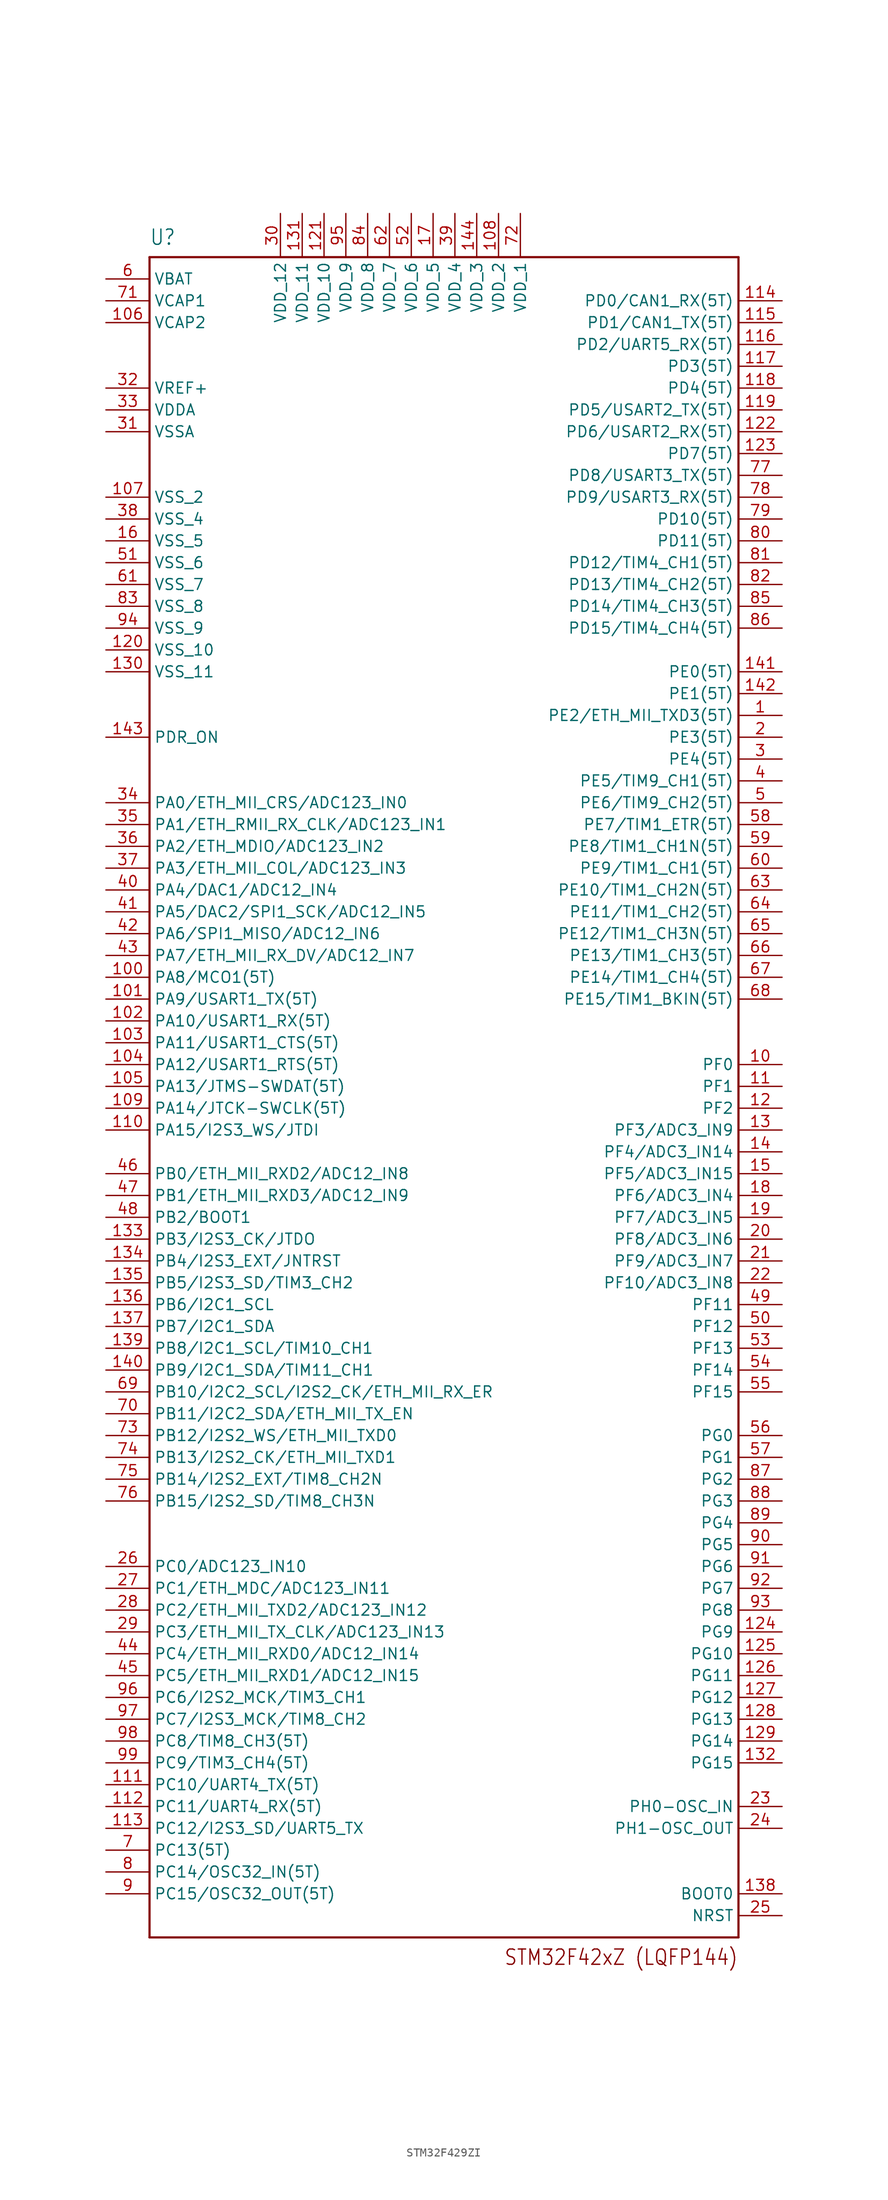
<source format=kicad_sym>
(kicad_symbol_lib
  (version 20231120)
  (generator "kicad_symbol_editor")
  (generator_version "8.0")
  (symbol "STM32F429ZI"
    (property "Reference" "U"
      (at -35.56 77.47 0)
      (effects (font (size 1.778 1.511)) (justify left bottom)))
    (property "ki_locked" ""
      (at 0 0 0)
      (effects (font (size 1.27 1.27))))
    (symbol "STM32F429ZI_1_0"
      (polyline (pts (xy -35.56 -119.38) (xy -35.56 76.2)) (stroke (width 0.254) (type solid)) (fill (type none)))
      (polyline (pts (xy -35.56 76.2) (xy 33.02 76.2)) (stroke (width 0.254) (type solid)) (fill (type none)))
      (polyline (pts (xy 33.02 -119.38) (xy -35.56 -119.38)) (stroke (width 0.254) (type solid)) (fill (type none)))
      (polyline (pts (xy 33.02 76.2) (xy 33.02 -119.38)) (stroke (width 0.254) (type solid)) (fill (type none)))
      (text "STM32F42xZ (LQFP144)" (at 33.02 -120.65 0) (effects (font (size 1.778 1.511)) (justify right top)))
      (pin bidirectional line (at 38.1 22.86 180) (length 5.08) (name "PE2/ETH_MII_TXD3(5T)" (effects (font (size 1.27 1.27)))) (number "1" (effects (font (size 1.27 1.27)))))
      (pin bidirectional line (at 38.1 -17.78 180) (length 5.08) (name "PF0" (effects (font (size 1.27 1.27)))) (number "10" (effects (font (size 1.27 1.27)))))
      (pin bidirectional line (at -40.64 -7.62 0) (length 5.08) (name "PA8/MCO1(5T)" (effects (font (size 1.27 1.27)))) (number "100" (effects (font (size 1.27 1.27)))))
      (pin bidirectional line (at -40.64 -10.16 0) (length 5.08) (name "PA9/USART1_TX(5T)" (effects (font (size 1.27 1.27)))) (number "101" (effects (font (size 1.27 1.27)))))
      (pin bidirectional line (at -40.64 -12.7 0) (length 5.08) (name "PA10/USART1_RX(5T)" (effects (font (size 1.27 1.27)))) (number "102" (effects (font (size 1.27 1.27)))))
      (pin bidirectional line (at -40.64 -15.24 0) (length 5.08) (name "PA11/USART1_CTS(5T)" (effects (font (size 1.27 1.27)))) (number "103" (effects (font (size 1.27 1.27)))))
      (pin bidirectional line (at -40.64 -17.78 0) (length 5.08) (name "PA12/USART1_RTS(5T)" (effects (font (size 1.27 1.27)))) (number "104" (effects (font (size 1.27 1.27)))))
      (pin bidirectional line (at -40.64 -20.32 0) (length 5.08) (name "PA13/JTMS-SWDAT(5T)" (effects (font (size 1.27 1.27)))) (number "105" (effects (font (size 1.27 1.27)))))
      (pin bidirectional line (at -40.64 68.58 0) (length 5.08) (name "VCAP2" (effects (font (size 1.27 1.27)))) (number "106" (effects (font (size 1.27 1.27)))))
      (pin bidirectional line (at -40.64 48.26 0) (length 5.08) (name "VSS_2" (effects (font (size 1.27 1.27)))) (number "107" (effects (font (size 1.27 1.27)))))
      (pin bidirectional line (at 5.08 81.28 270) (length 5.08) (name "VDD_2" (effects (font (size 1.27 1.27)))) (number "108" (effects (font (size 1.27 1.27)))))
      (pin bidirectional line (at -40.64 -22.86 0) (length 5.08) (name "PA14/JTCK-SWCLK(5T)" (effects (font (size 1.27 1.27)))) (number "109" (effects (font (size 1.27 1.27)))))
      (pin bidirectional line (at 38.1 -20.32 180) (length 5.08) (name "PF1" (effects (font (size 1.27 1.27)))) (number "11" (effects (font (size 1.27 1.27)))))
      (pin bidirectional line (at -40.64 -25.4 0) (length 5.08) (name "PA15/I2S3_WS/JTDI" (effects (font (size 1.27 1.27)))) (number "110" (effects (font (size 1.27 1.27)))))
      (pin bidirectional line (at -40.64 -101.6 0) (length 5.08) (name "PC10/UART4_TX(5T)" (effects (font (size 1.27 1.27)))) (number "111" (effects (font (size 1.27 1.27)))))
      (pin bidirectional line (at -40.64 -104.14 0) (length 5.08) (name "PC11/UART4_RX(5T)" (effects (font (size 1.27 1.27)))) (number "112" (effects (font (size 1.27 1.27)))))
      (pin bidirectional line (at -40.64 -106.68 0) (length 5.08) (name "PC12/I2S3_SD/UART5_TX" (effects (font (size 1.27 1.27)))) (number "113" (effects (font (size 1.27 1.27)))))
      (pin bidirectional line (at 38.1 71.12 180) (length 5.08) (name "PD0/CAN1_RX(5T)" (effects (font (size 1.27 1.27)))) (number "114" (effects (font (size 1.27 1.27)))))
      (pin bidirectional line (at 38.1 68.58 180) (length 5.08) (name "PD1/CAN1_TX(5T)" (effects (font (size 1.27 1.27)))) (number "115" (effects (font (size 1.27 1.27)))))
      (pin bidirectional line (at 38.1 66.04 180) (length 5.08) (name "PD2/UART5_RX(5T)" (effects (font (size 1.27 1.27)))) (number "116" (effects (font (size 1.27 1.27)))))
      (pin bidirectional line (at 38.1 63.5 180) (length 5.08) (name "PD3(5T)" (effects (font (size 1.27 1.27)))) (number "117" (effects (font (size 1.27 1.27)))))
      (pin bidirectional line (at 38.1 60.96 180) (length 5.08) (name "PD4(5T)" (effects (font (size 1.27 1.27)))) (number "118" (effects (font (size 1.27 1.27)))))
      (pin bidirectional line (at 38.1 58.42 180) (length 5.08) (name "PD5/USART2_TX(5T)" (effects (font (size 1.27 1.27)))) (number "119" (effects (font (size 1.27 1.27)))))
      (pin bidirectional line (at 38.1 -22.86 180) (length 5.08) (name "PF2" (effects (font (size 1.27 1.27)))) (number "12" (effects (font (size 1.27 1.27)))))
      (pin bidirectional line (at -40.64 30.48 0) (length 5.08) (name "VSS_10" (effects (font (size 1.27 1.27)))) (number "120" (effects (font (size 1.27 1.27)))))
      (pin bidirectional line (at -15.24 81.28 270) (length 5.08) (name "VDD_10" (effects (font (size 1.27 1.27)))) (number "121" (effects (font (size 1.27 1.27)))))
      (pin bidirectional line (at 38.1 55.88 180) (length 5.08) (name "PD6/USART2_RX(5T)" (effects (font (size 1.27 1.27)))) (number "122" (effects (font (size 1.27 1.27)))))
      (pin bidirectional line (at 38.1 53.34 180) (length 5.08) (name "PD7(5T)" (effects (font (size 1.27 1.27)))) (number "123" (effects (font (size 1.27 1.27)))))
      (pin bidirectional line (at 38.1 -83.82 180) (length 5.08) (name "PG9" (effects (font (size 1.27 1.27)))) (number "124" (effects (font (size 1.27 1.27)))))
      (pin bidirectional line (at 38.1 -86.36 180) (length 5.08) (name "PG10" (effects (font (size 1.27 1.27)))) (number "125" (effects (font (size 1.27 1.27)))))
      (pin bidirectional line (at 38.1 -88.9 180) (length 5.08) (name "PG11" (effects (font (size 1.27 1.27)))) (number "126" (effects (font (size 1.27 1.27)))))
      (pin bidirectional line (at 38.1 -91.44 180) (length 5.08) (name "PG12" (effects (font (size 1.27 1.27)))) (number "127" (effects (font (size 1.27 1.27)))))
      (pin bidirectional line (at 38.1 -93.98 180) (length 5.08) (name "PG13" (effects (font (size 1.27 1.27)))) (number "128" (effects (font (size 1.27 1.27)))))
      (pin bidirectional line (at 38.1 -96.52 180) (length 5.08) (name "PG14" (effects (font (size 1.27 1.27)))) (number "129" (effects (font (size 1.27 1.27)))))
      (pin bidirectional line (at 38.1 -25.4 180) (length 5.08) (name "PF3/ADC3_IN9" (effects (font (size 1.27 1.27)))) (number "13" (effects (font (size 1.27 1.27)))))
      (pin bidirectional line (at -40.64 27.94 0) (length 5.08) (name "VSS_11" (effects (font (size 1.27 1.27)))) (number "130" (effects (font (size 1.27 1.27)))))
      (pin bidirectional line (at -17.78 81.28 270) (length 5.08) (name "VDD_11" (effects (font (size 1.27 1.27)))) (number "131" (effects (font (size 1.27 1.27)))))
      (pin bidirectional line (at 38.1 -99.06 180) (length 5.08) (name "PG15" (effects (font (size 1.27 1.27)))) (number "132" (effects (font (size 1.27 1.27)))))
      (pin bidirectional line (at -40.64 -38.1 0) (length 5.08) (name "PB3/I2S3_CK/JTDO" (effects (font (size 1.27 1.27)))) (number "133" (effects (font (size 1.27 1.27)))))
      (pin bidirectional line (at -40.64 -40.64 0) (length 5.08) (name "PB4/I2S3_EXT/JNTRST" (effects (font (size 1.27 1.27)))) (number "134" (effects (font (size 1.27 1.27)))))
      (pin bidirectional line (at -40.64 -43.18 0) (length 5.08) (name "PB5/I2S3_SD/TIM3_CH2" (effects (font (size 1.27 1.27)))) (number "135" (effects (font (size 1.27 1.27)))))
      (pin bidirectional line (at -40.64 -45.72 0) (length 5.08) (name "PB6/I2C1_SCL" (effects (font (size 1.27 1.27)))) (number "136" (effects (font (size 1.27 1.27)))))
      (pin bidirectional line (at -40.64 -48.26 0) (length 5.08) (name "PB7/I2C1_SDA" (effects (font (size 1.27 1.27)))) (number "137" (effects (font (size 1.27 1.27)))))
      (pin bidirectional line (at 38.1 -114.3 180) (length 5.08) (name "BOOT0" (effects (font (size 1.27 1.27)))) (number "138" (effects (font (size 1.27 1.27)))))
      (pin bidirectional line (at -40.64 -50.8 0) (length 5.08) (name "PB8/I2C1_SCL/TIM10_CH1" (effects (font (size 1.27 1.27)))) (number "139" (effects (font (size 1.27 1.27)))))
      (pin bidirectional line (at 38.1 -27.94 180) (length 5.08) (name "PF4/ADC3_IN14" (effects (font (size 1.27 1.27)))) (number "14" (effects (font (size 1.27 1.27)))))
      (pin bidirectional line (at -40.64 -53.34 0) (length 5.08) (name "PB9/I2C1_SDA/TIM11_CH1" (effects (font (size 1.27 1.27)))) (number "140" (effects (font (size 1.27 1.27)))))
      (pin bidirectional line (at 38.1 27.94 180) (length 5.08) (name "PE0(5T)" (effects (font (size 1.27 1.27)))) (number "141" (effects (font (size 1.27 1.27)))))
      (pin bidirectional line (at 38.1 25.4 180) (length 5.08) (name "PE1(5T)" (effects (font (size 1.27 1.27)))) (number "142" (effects (font (size 1.27 1.27)))))
      (pin bidirectional line (at -40.64 20.32 0) (length 5.08) (name "PDR_ON" (effects (font (size 1.27 1.27)))) (number "143" (effects (font (size 1.27 1.27)))))
      (pin bidirectional line (at 2.54 81.28 270) (length 5.08) (name "VDD_3" (effects (font (size 1.27 1.27)))) (number "144" (effects (font (size 1.27 1.27)))))
      (pin bidirectional line (at 38.1 -30.48 180) (length 5.08) (name "PF5/ADC3_IN15" (effects (font (size 1.27 1.27)))) (number "15" (effects (font (size 1.27 1.27)))))
      (pin bidirectional line (at -40.64 43.18 0) (length 5.08) (name "VSS_5" (effects (font (size 1.27 1.27)))) (number "16" (effects (font (size 1.27 1.27)))))
      (pin bidirectional line (at -2.54 81.28 270) (length 5.08) (name "VDD_5" (effects (font (size 1.27 1.27)))) (number "17" (effects (font (size 1.27 1.27)))))
      (pin bidirectional line (at 38.1 -33.02 180) (length 5.08) (name "PF6/ADC3_IN4" (effects (font (size 1.27 1.27)))) (number "18" (effects (font (size 1.27 1.27)))))
      (pin bidirectional line (at 38.1 -35.56 180) (length 5.08) (name "PF7/ADC3_IN5" (effects (font (size 1.27 1.27)))) (number "19" (effects (font (size 1.27 1.27)))))
      (pin bidirectional line (at 38.1 20.32 180) (length 5.08) (name "PE3(5T)" (effects (font (size 1.27 1.27)))) (number "2" (effects (font (size 1.27 1.27)))))
      (pin bidirectional line (at 38.1 -38.1 180) (length 5.08) (name "PF8/ADC3_IN6" (effects (font (size 1.27 1.27)))) (number "20" (effects (font (size 1.27 1.27)))))
      (pin bidirectional line (at 38.1 -40.64 180) (length 5.08) (name "PF9/ADC3_IN7" (effects (font (size 1.27 1.27)))) (number "21" (effects (font (size 1.27 1.27)))))
      (pin bidirectional line (at 38.1 -43.18 180) (length 5.08) (name "PF10/ADC3_IN8" (effects (font (size 1.27 1.27)))) (number "22" (effects (font (size 1.27 1.27)))))
      (pin bidirectional line (at 38.1 -104.14 180) (length 5.08) (name "PH0-OSC_IN" (effects (font (size 1.27 1.27)))) (number "23" (effects (font (size 1.27 1.27)))))
      (pin bidirectional line (at 38.1 -106.68 180) (length 5.08) (name "PH1-OSC_OUT" (effects (font (size 1.27 1.27)))) (number "24" (effects (font (size 1.27 1.27)))))
      (pin bidirectional line (at 38.1 -116.84 180) (length 5.08) (name "NRST" (effects (font (size 1.27 1.27)))) (number "25" (effects (font (size 1.27 1.27)))))
      (pin bidirectional line (at -40.64 -76.2 0) (length 5.08) (name "PC0/ADC123_IN10" (effects (font (size 1.27 1.27)))) (number "26" (effects (font (size 1.27 1.27)))))
      (pin bidirectional line (at -40.64 -78.74 0) (length 5.08) (name "PC1/ETH_MDC/ADC123_IN11" (effects (font (size 1.27 1.27)))) (number "27" (effects (font (size 1.27 1.27)))))
      (pin bidirectional line (at -40.64 -81.28 0) (length 5.08) (name "PC2/ETH_MII_TXD2/ADC123_IN12" (effects (font (size 1.27 1.27)))) (number "28" (effects (font (size 1.27 1.27)))))
      (pin bidirectional line (at -40.64 -83.82 0) (length 5.08) (name "PC3/ETH_MII_TX_CLK/ADC123_IN13" (effects (font (size 1.27 1.27)))) (number "29" (effects (font (size 1.27 1.27)))))
      (pin bidirectional line (at 38.1 17.78 180) (length 5.08) (name "PE4(5T)" (effects (font (size 1.27 1.27)))) (number "3" (effects (font (size 1.27 1.27)))))
      (pin bidirectional line (at -20.32 81.28 270) (length 5.08) (name "VDD_12" (effects (font (size 1.27 1.27)))) (number "30" (effects (font (size 1.27 1.27)))))
      (pin bidirectional line (at -40.64 55.88 0) (length 5.08) (name "VSSA" (effects (font (size 1.27 1.27)))) (number "31" (effects (font (size 1.27 1.27)))))
      (pin bidirectional line (at -40.64 60.96 0) (length 5.08) (name "VREF+" (effects (font (size 1.27 1.27)))) (number "32" (effects (font (size 1.27 1.27)))))
      (pin bidirectional line (at -40.64 58.42 0) (length 5.08) (name "VDDA" (effects (font (size 1.27 1.27)))) (number "33" (effects (font (size 1.27 1.27)))))
      (pin bidirectional line (at -40.64 12.7 0) (length 5.08) (name "PA0/ETH_MII_CRS/ADC123_IN0" (effects (font (size 1.27 1.27)))) (number "34" (effects (font (size 1.27 1.27)))))
      (pin bidirectional line (at -40.64 10.16 0) (length 5.08) (name "PA1/ETH_RMII_RX_CLK/ADC123_IN1" (effects (font (size 1.27 1.27)))) (number "35" (effects (font (size 1.27 1.27)))))
      (pin bidirectional line (at -40.64 7.62 0) (length 5.08) (name "PA2/ETH_MDIO/ADC123_IN2" (effects (font (size 1.27 1.27)))) (number "36" (effects (font (size 1.27 1.27)))))
      (pin bidirectional line (at -40.64 5.08 0) (length 5.08) (name "PA3/ETH_MII_COL/ADC123_IN3" (effects (font (size 1.27 1.27)))) (number "37" (effects (font (size 1.27 1.27)))))
      (pin bidirectional line (at -40.64 45.72 0) (length 5.08) (name "VSS_4" (effects (font (size 1.27 1.27)))) (number "38" (effects (font (size 1.27 1.27)))))
      (pin bidirectional line (at 0 81.28 270) (length 5.08) (name "VDD_4" (effects (font (size 1.27 1.27)))) (number "39" (effects (font (size 1.27 1.27)))))
      (pin bidirectional line (at 38.1 15.24 180) (length 5.08) (name "PE5/TIM9_CH1(5T)" (effects (font (size 1.27 1.27)))) (number "4" (effects (font (size 1.27 1.27)))))
      (pin bidirectional line (at -40.64 2.54 0) (length 5.08) (name "PA4/DAC1/ADC12_IN4" (effects (font (size 1.27 1.27)))) (number "40" (effects (font (size 1.27 1.27)))))
      (pin bidirectional line (at -40.64 0 0) (length 5.08) (name "PA5/DAC2/SPI1_SCK/ADC12_IN5" (effects (font (size 1.27 1.27)))) (number "41" (effects (font (size 1.27 1.27)))))
      (pin bidirectional line (at -40.64 -2.54 0) (length 5.08) (name "PA6/SPI1_MISO/ADC12_IN6" (effects (font (size 1.27 1.27)))) (number "42" (effects (font (size 1.27 1.27)))))
      (pin bidirectional line (at -40.64 -5.08 0) (length 5.08) (name "PA7/ETH_MII_RX_DV/ADC12_IN7" (effects (font (size 1.27 1.27)))) (number "43" (effects (font (size 1.27 1.27)))))
      (pin bidirectional line (at -40.64 -86.36 0) (length 5.08) (name "PC4/ETH_MII_RXD0/ADC12_IN14" (effects (font (size 1.27 1.27)))) (number "44" (effects (font (size 1.27 1.27)))))
      (pin bidirectional line (at -40.64 -88.9 0) (length 5.08) (name "PC5/ETH_MII_RXD1/ADC12_IN15" (effects (font (size 1.27 1.27)))) (number "45" (effects (font (size 1.27 1.27)))))
      (pin bidirectional line (at -40.64 -30.48 0) (length 5.08) (name "PB0/ETH_MII_RXD2/ADC12_IN8" (effects (font (size 1.27 1.27)))) (number "46" (effects (font (size 1.27 1.27)))))
      (pin bidirectional line (at -40.64 -33.02 0) (length 5.08) (name "PB1/ETH_MII_RXD3/ADC12_IN9" (effects (font (size 1.27 1.27)))) (number "47" (effects (font (size 1.27 1.27)))))
      (pin bidirectional line (at -40.64 -35.56 0) (length 5.08) (name "PB2/BOOT1" (effects (font (size 1.27 1.27)))) (number "48" (effects (font (size 1.27 1.27)))))
      (pin bidirectional line (at 38.1 -45.72 180) (length 5.08) (name "PF11" (effects (font (size 1.27 1.27)))) (number "49" (effects (font (size 1.27 1.27)))))
      (pin bidirectional line (at 38.1 12.7 180) (length 5.08) (name "PE6/TIM9_CH2(5T)" (effects (font (size 1.27 1.27)))) (number "5" (effects (font (size 1.27 1.27)))))
      (pin bidirectional line (at 38.1 -48.26 180) (length 5.08) (name "PF12" (effects (font (size 1.27 1.27)))) (number "50" (effects (font (size 1.27 1.27)))))
      (pin bidirectional line (at -40.64 40.64 0) (length 5.08) (name "VSS_6" (effects (font (size 1.27 1.27)))) (number "51" (effects (font (size 1.27 1.27)))))
      (pin bidirectional line (at -5.08 81.28 270) (length 5.08) (name "VDD_6" (effects (font (size 1.27 1.27)))) (number "52" (effects (font (size 1.27 1.27)))))
      (pin bidirectional line (at 38.1 -50.8 180) (length 5.08) (name "PF13" (effects (font (size 1.27 1.27)))) (number "53" (effects (font (size 1.27 1.27)))))
      (pin bidirectional line (at 38.1 -53.34 180) (length 5.08) (name "PF14" (effects (font (size 1.27 1.27)))) (number "54" (effects (font (size 1.27 1.27)))))
      (pin bidirectional line (at 38.1 -55.88 180) (length 5.08) (name "PF15" (effects (font (size 1.27 1.27)))) (number "55" (effects (font (size 1.27 1.27)))))
      (pin bidirectional line (at 38.1 -60.96 180) (length 5.08) (name "PG0" (effects (font (size 1.27 1.27)))) (number "56" (effects (font (size 1.27 1.27)))))
      (pin bidirectional line (at 38.1 -63.5 180) (length 5.08) (name "PG1" (effects (font (size 1.27 1.27)))) (number "57" (effects (font (size 1.27 1.27)))))
      (pin bidirectional line (at 38.1 10.16 180) (length 5.08) (name "PE7/TIM1_ETR(5T)" (effects (font (size 1.27 1.27)))) (number "58" (effects (font (size 1.27 1.27)))))
      (pin bidirectional line (at 38.1 7.62 180) (length 5.08) (name "PE8/TIM1_CH1N(5T)" (effects (font (size 1.27 1.27)))) (number "59" (effects (font (size 1.27 1.27)))))
      (pin bidirectional line (at -40.64 73.66 0) (length 5.08) (name "VBAT" (effects (font (size 1.27 1.27)))) (number "6" (effects (font (size 1.27 1.27)))))
      (pin bidirectional line (at 38.1 5.08 180) (length 5.08) (name "PE9/TIM1_CH1(5T)" (effects (font (size 1.27 1.27)))) (number "60" (effects (font (size 1.27 1.27)))))
      (pin bidirectional line (at -40.64 38.1 0) (length 5.08) (name "VSS_7" (effects (font (size 1.27 1.27)))) (number "61" (effects (font (size 1.27 1.27)))))
      (pin bidirectional line (at -7.62 81.28 270) (length 5.08) (name "VDD_7" (effects (font (size 1.27 1.27)))) (number "62" (effects (font (size 1.27 1.27)))))
      (pin bidirectional line (at 38.1 2.54 180) (length 5.08) (name "PE10/TIM1_CH2N(5T)" (effects (font (size 1.27 1.27)))) (number "63" (effects (font (size 1.27 1.27)))))
      (pin bidirectional line (at 38.1 0 180) (length 5.08) (name "PE11/TIM1_CH2(5T)" (effects (font (size 1.27 1.27)))) (number "64" (effects (font (size 1.27 1.27)))))
      (pin bidirectional line (at 38.1 -2.54 180) (length 5.08) (name "PE12/TIM1_CH3N(5T)" (effects (font (size 1.27 1.27)))) (number "65" (effects (font (size 1.27 1.27)))))
      (pin bidirectional line (at 38.1 -5.08 180) (length 5.08) (name "PE13/TIM1_CH3(5T)" (effects (font (size 1.27 1.27)))) (number "66" (effects (font (size 1.27 1.27)))))
      (pin bidirectional line (at 38.1 -7.62 180) (length 5.08) (name "PE14/TIM1_CH4(5T)" (effects (font (size 1.27 1.27)))) (number "67" (effects (font (size 1.27 1.27)))))
      (pin bidirectional line (at 38.1 -10.16 180) (length 5.08) (name "PE15/TIM1_BKIN(5T)" (effects (font (size 1.27 1.27)))) (number "68" (effects (font (size 1.27 1.27)))))
      (pin bidirectional line (at -40.64 -55.88 0) (length 5.08) (name "PB10/I2C2_SCL/I2S2_CK/ETH_MII_RX_ER" (effects (font (size 1.27 1.27)))) (number "69" (effects (font (size 1.27 1.27)))))
      (pin bidirectional line (at -40.64 -109.22 0) (length 5.08) (name "PC13(5T)" (effects (font (size 1.27 1.27)))) (number "7" (effects (font (size 1.27 1.27)))))
      (pin bidirectional line (at -40.64 -58.42 0) (length 5.08) (name "PB11/I2C2_SDA/ETH_MII_TX_EN" (effects (font (size 1.27 1.27)))) (number "70" (effects (font (size 1.27 1.27)))))
      (pin bidirectional line (at -40.64 71.12 0) (length 5.08) (name "VCAP1" (effects (font (size 1.27 1.27)))) (number "71" (effects (font (size 1.27 1.27)))))
      (pin bidirectional line (at 7.62 81.28 270) (length 5.08) (name "VDD_1" (effects (font (size 1.27 1.27)))) (number "72" (effects (font (size 1.27 1.27)))))
      (pin bidirectional line (at -40.64 -60.96 0) (length 5.08) (name "PB12/I2S2_WS/ETH_MII_TXD0" (effects (font (size 1.27 1.27)))) (number "73" (effects (font (size 1.27 1.27)))))
      (pin bidirectional line (at -40.64 -63.5 0) (length 5.08) (name "PB13/I2S2_CK/ETH_MII_TXD1" (effects (font (size 1.27 1.27)))) (number "74" (effects (font (size 1.27 1.27)))))
      (pin bidirectional line (at -40.64 -66.04 0) (length 5.08) (name "PB14/I2S2_EXT/TIM8_CH2N" (effects (font (size 1.27 1.27)))) (number "75" (effects (font (size 1.27 1.27)))))
      (pin bidirectional line (at -40.64 -68.58 0) (length 5.08) (name "PB15/I2S2_SD/TIM8_CH3N" (effects (font (size 1.27 1.27)))) (number "76" (effects (font (size 1.27 1.27)))))
      (pin bidirectional line (at 38.1 50.8 180) (length 5.08) (name "PD8/USART3_TX(5T)" (effects (font (size 1.27 1.27)))) (number "77" (effects (font (size 1.27 1.27)))))
      (pin bidirectional line (at 38.1 48.26 180) (length 5.08) (name "PD9/USART3_RX(5T)" (effects (font (size 1.27 1.27)))) (number "78" (effects (font (size 1.27 1.27)))))
      (pin bidirectional line (at 38.1 45.72 180) (length 5.08) (name "PD10(5T)" (effects (font (size 1.27 1.27)))) (number "79" (effects (font (size 1.27 1.27)))))
      (pin bidirectional line (at -40.64 -111.76 0) (length 5.08) (name "PC14/OSC32_IN(5T)" (effects (font (size 1.27 1.27)))) (number "8" (effects (font (size 1.27 1.27)))))
      (pin bidirectional line (at 38.1 43.18 180) (length 5.08) (name "PD11(5T)" (effects (font (size 1.27 1.27)))) (number "80" (effects (font (size 1.27 1.27)))))
      (pin bidirectional line (at 38.1 40.64 180) (length 5.08) (name "PD12/TIM4_CH1(5T)" (effects (font (size 1.27 1.27)))) (number "81" (effects (font (size 1.27 1.27)))))
      (pin bidirectional line (at 38.1 38.1 180) (length 5.08) (name "PD13/TIM4_CH2(5T)" (effects (font (size 1.27 1.27)))) (number "82" (effects (font (size 1.27 1.27)))))
      (pin bidirectional line (at -40.64 35.56 0) (length 5.08) (name "VSS_8" (effects (font (size 1.27 1.27)))) (number "83" (effects (font (size 1.27 1.27)))))
      (pin bidirectional line (at -10.16 81.28 270) (length 5.08) (name "VDD_8" (effects (font (size 1.27 1.27)))) (number "84" (effects (font (size 1.27 1.27)))))
      (pin bidirectional line (at 38.1 35.56 180) (length 5.08) (name "PD14/TIM4_CH3(5T)" (effects (font (size 1.27 1.27)))) (number "85" (effects (font (size 1.27 1.27)))))
      (pin bidirectional line (at 38.1 33.02 180) (length 5.08) (name "PD15/TIM4_CH4(5T)" (effects (font (size 1.27 1.27)))) (number "86" (effects (font (size 1.27 1.27)))))
      (pin bidirectional line (at 38.1 -66.04 180) (length 5.08) (name "PG2" (effects (font (size 1.27 1.27)))) (number "87" (effects (font (size 1.27 1.27)))))
      (pin bidirectional line (at 38.1 -68.58 180) (length 5.08) (name "PG3" (effects (font (size 1.27 1.27)))) (number "88" (effects (font (size 1.27 1.27)))))
      (pin bidirectional line (at 38.1 -71.12 180) (length 5.08) (name "PG4" (effects (font (size 1.27 1.27)))) (number "89" (effects (font (size 1.27 1.27)))))
      (pin bidirectional line (at -40.64 -114.3 0) (length 5.08) (name "PC15/OSC32_OUT(5T)" (effects (font (size 1.27 1.27)))) (number "9" (effects (font (size 1.27 1.27)))))
      (pin bidirectional line (at 38.1 -73.66 180) (length 5.08) (name "PG5" (effects (font (size 1.27 1.27)))) (number "90" (effects (font (size 1.27 1.27)))))
      (pin bidirectional line (at 38.1 -76.2 180) (length 5.08) (name "PG6" (effects (font (size 1.27 1.27)))) (number "91" (effects (font (size 1.27 1.27)))))
      (pin bidirectional line (at 38.1 -78.74 180) (length 5.08) (name "PG7" (effects (font (size 1.27 1.27)))) (number "92" (effects (font (size 1.27 1.27)))))
      (pin bidirectional line (at 38.1 -81.28 180) (length 5.08) (name "PG8" (effects (font (size 1.27 1.27)))) (number "93" (effects (font (size 1.27 1.27)))))
      (pin bidirectional line (at -40.64 33.02 0) (length 5.08) (name "VSS_9" (effects (font (size 1.27 1.27)))) (number "94" (effects (font (size 1.27 1.27)))))
      (pin bidirectional line (at -12.7 81.28 270) (length 5.08) (name "VDD_9" (effects (font (size 1.27 1.27)))) (number "95" (effects (font (size 1.27 1.27)))))
      (pin bidirectional line (at -40.64 -91.44 0) (length 5.08) (name "PC6/I2S2_MCK/TIM3_CH1" (effects (font (size 1.27 1.27)))) (number "96" (effects (font (size 1.27 1.27)))))
      (pin bidirectional line (at -40.64 -93.98 0) (length 5.08) (name "PC7/I2S3_MCK/TIM8_CH2" (effects (font (size 1.27 1.27)))) (number "97" (effects (font (size 1.27 1.27)))))
      (pin bidirectional line (at -40.64 -96.52 0) (length 5.08) (name "PC8/TIM8_CH3(5T)" (effects (font (size 1.27 1.27)))) (number "98" (effects (font (size 1.27 1.27)))))
      (pin bidirectional line (at -40.64 -99.06 0) (length 5.08) (name "PC9/TIM3_CH4(5T)" (effects (font (size 1.27 1.27)))) (number "99" (effects (font (size 1.27 1.27))))))))
</source>
